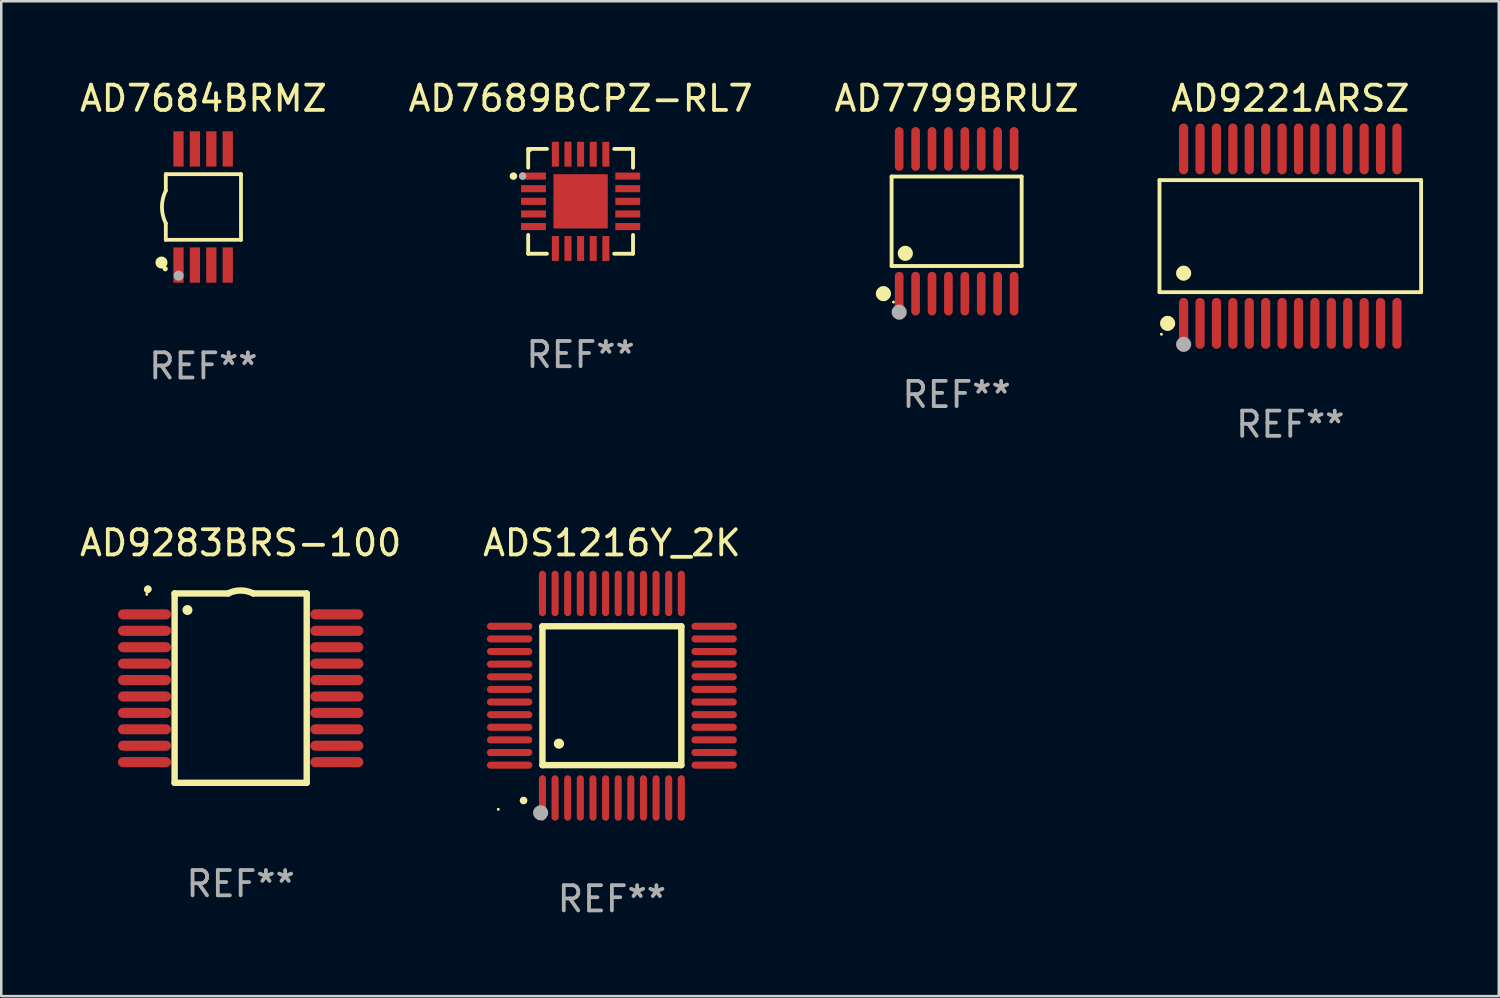
<source format=kicad_pcb>
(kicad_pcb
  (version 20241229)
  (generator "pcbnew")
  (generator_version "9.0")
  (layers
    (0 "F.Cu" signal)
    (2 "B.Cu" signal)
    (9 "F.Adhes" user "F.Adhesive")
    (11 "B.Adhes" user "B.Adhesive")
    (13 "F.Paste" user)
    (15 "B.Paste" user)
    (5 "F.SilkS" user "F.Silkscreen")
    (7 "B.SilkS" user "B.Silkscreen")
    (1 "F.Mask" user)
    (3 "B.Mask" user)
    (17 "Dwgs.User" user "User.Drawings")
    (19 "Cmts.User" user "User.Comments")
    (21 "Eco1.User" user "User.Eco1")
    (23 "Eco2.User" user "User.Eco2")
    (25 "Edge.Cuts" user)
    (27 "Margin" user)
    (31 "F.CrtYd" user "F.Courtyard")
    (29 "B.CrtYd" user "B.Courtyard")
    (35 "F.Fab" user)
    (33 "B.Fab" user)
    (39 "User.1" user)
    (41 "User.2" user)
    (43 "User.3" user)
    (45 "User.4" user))
  (footprint "AD9283BRS-100"
    (layer "F.Cu")
    (at 6.482 24.205)
    (property "Reference" "AD9283BRS-100" (at 0 -5.75 0) (layer "F.SilkS") (effects (font (size 1 1) (thickness 0.15))))
    (attr through_hole)
    (fp_line (start -2.616 -3.75) (end -0.5 -3.75) (stroke (width 0.254) (type solid)) (layer "F.SilkS"))
    (fp_line (start -2.616 3.75) (end -2.616 -3.75) (stroke (width 0.254) (type solid)) (layer "F.SilkS"))
    (fp_line (start 0.5 -3.75) (end 2.616 -3.75) (stroke (width 0.254) (type solid)) (layer "F.SilkS"))
    (fp_line (start 2.616 -3.75) (end 2.616 3.75) (stroke (width 0.254) (type solid)) (layer "F.SilkS"))
    (fp_line (start 2.616 3.75) (end -2.616 3.75) (stroke (width 0.254) (type solid)) (layer "F.SilkS"))
    (fp_arc (start -3.683109 -3.911608) (mid -3.678201 -3.91686) (end -3.672949 -3.921768) (stroke (width 0.3) (type solid)) (layer "F.SilkS"))
    (fp_arc (start -0.500483 -3.749047) (mid -0.000102 -3.867211) (end 0.500279 -3.749047) (stroke (width 0.254001) (type solid)) (layer "F.SilkS"))
    (fp_circle (center -3.72 -3.715) (end -3.69 -3.715) (stroke (width 0.06) (type solid)) (fill no) (layer "F.SilkS"))
    (fp_circle (center -2.108 -3.094) (end -2.008 -3.094) (stroke (width 0.2) (type solid)) (fill no) (layer "F.SilkS"))
    (fp_text user "REF**" (at 0 7.75 0) (layer "F.Fab") (effects (font (size 1 1) (thickness 0.15))))
    (pad "1" smd oval (at -3.81 -2.921 90) (size 0.4 2.1) (layers "F.Cu" "F.Mask" "F.Paste"))
    (pad "2" smd oval (at -3.81 -2.271 90) (size 0.4 2.1) (layers "F.Cu" "F.Mask" "F.Paste"))
    (pad "3" smd oval (at -3.81 -1.621 90) (size 0.4 2.1) (layers "F.Cu" "F.Mask" "F.Paste"))
    (pad "4" smd oval (at -3.81 -0.97 90) (size 0.4 2.1) (layers "F.Cu" "F.Mask" "F.Paste"))
    (pad "5" smd oval (at -3.81 -0.32 90) (size 0.4 2.1) (layers "F.Cu" "F.Mask" "F.Paste"))
    (pad "6" smd oval (at -3.81 0.33 90) (size 0.4 2.1) (layers "F.Cu" "F.Mask" "F.Paste"))
    (pad "7" smd oval (at -3.81 0.98 90) (size 0.4 2.1) (layers "F.Cu" "F.Mask" "F.Paste"))
    (pad "8" smd oval (at -3.81 1.631 90) (size 0.4 2.1) (layers "F.Cu" "F.Mask" "F.Paste"))
    (pad "9" smd oval (at -3.81 2.281 90) (size 0.4 2.1) (layers "F.Cu" "F.Mask" "F.Paste"))
    (pad "10" smd oval (at -3.81 2.931 90) (size 0.4 2.1) (layers "F.Cu" "F.Mask" "F.Paste"))
    (pad "11" smd oval (at 3.81 2.931 90) (size 0.4 2.1) (layers "F.Cu" "F.Mask" "F.Paste"))
    (pad "12" smd oval (at 3.81 2.281 90) (size 0.4 2.1) (layers "F.Cu" "F.Mask" "F.Paste"))
    (pad "13" smd oval (at 3.81 1.631 90) (size 0.4 2.1) (layers "F.Cu" "F.Mask" "F.Paste"))
    (pad "14" smd oval (at 3.81 0.98 90) (size 0.4 2.1) (layers "F.Cu" "F.Mask" "F.Paste"))
    (pad "15" smd oval (at 3.81 0.33 90) (size 0.4 2.1) (layers "F.Cu" "F.Mask" "F.Paste"))
    (pad "16" smd oval (at 3.81 -0.32 90) (size 0.4 2.1) (layers "F.Cu" "F.Mask" "F.Paste"))
    (pad "17" smd oval (at 3.81 -0.97 90) (size 0.4 2.1) (layers "F.Cu" "F.Mask" "F.Paste"))
    (pad "18" smd oval (at 3.81 -1.621 90) (size 0.4 2.1) (layers "F.Cu" "F.Mask" "F.Paste"))
    (pad "19" smd oval (at 3.81 -2.271 90) (size 0.4 2.1) (layers "F.Cu" "F.Mask" "F.Paste"))
    (pad "20" smd oval (at 3.81 -2.921 90) (size 0.4 2.1) (layers "F.Cu" "F.Mask" "F.Paste")))
  (footprint "AD7799BRUZ"
    (layer "F.Cu")
    (at 34.839 5.714)
    (property "Reference" "AD7799BRUZ" (at 0 -4.866 0) (layer "F.SilkS") (effects (font (size 1 1) (thickness 0.15))))
    (attr through_hole)
    (fp_line (start -2.576 -1.772) (end 2.576 -1.772) (stroke (width 0.152) (type solid)) (layer "F.SilkS"))
    (fp_line (start -2.576 1.771) (end -2.576 -1.772) (stroke (width 0.152) (type solid)) (layer "F.SilkS"))
    (fp_line (start 2.576 -1.772) (end 2.576 1.771) (stroke (width 0.152) (type solid)) (layer "F.SilkS"))
    (fp_line (start 2.576 1.771) (end -2.576 1.771) (stroke (width 0.152) (type solid)) (layer "F.SilkS"))
    (fp_circle (center -2.899 2.866) (end -2.749 2.866) (stroke (width 0.3) (type solid)) (fill no) (layer "F.SilkS"))
    (fp_circle (center -2.5 3.2) (end -2.47 3.2) (stroke (width 0.06) (type solid)) (fill no) (layer "F.SilkS"))
    (fp_circle (center -2.032 1.27) (end -1.882 1.27) (stroke (width 0.3) (type solid)) (fill no) (layer "F.SilkS"))
    (fp_circle (center -2.275 3.6) (end -2.125 3.6) (stroke (width 0.3) (type solid)) (fill no) (layer "F.Fab"))
    (fp_text user "REF**" (at 0 6.866 0) (layer "F.Fab") (effects (font (size 1 1) (thickness 0.15))))
    (pad "1" smd oval (at -2.275 2.866) (size 0.343 1.731) (layers "F.Cu" "F.Mask" "F.Paste"))
    (pad "2" smd oval (at -1.625 2.866) (size 0.343 1.731) (layers "F.Cu" "F.Mask" "F.Paste"))
    (pad "3" smd oval (at -0.975 2.866) (size 0.343 1.731) (layers "F.Cu" "F.Mask" "F.Paste"))
    (pad "4" smd oval (at -0.325 2.866) (size 0.343 1.731) (layers "F.Cu" "F.Mask" "F.Paste"))
    (pad "5" smd oval (at 0.325 2.866) (size 0.343 1.731) (layers "F.Cu" "F.Mask" "F.Paste"))
    (pad "6" smd oval (at 0.975 2.866) (size 0.343 1.731) (layers "F.Cu" "F.Mask" "F.Paste"))
    (pad "7" smd oval (at 1.625 2.866) (size 0.343 1.731) (layers "F.Cu" "F.Mask" "F.Paste"))
    (pad "8" smd oval (at 2.275 2.866) (size 0.343 1.731) (layers "F.Cu" "F.Mask" "F.Paste"))
    (pad "9" smd oval (at 2.275 -2.866) (size 0.343 1.731) (layers "F.Cu" "F.Mask" "F.Paste"))
    (pad "10" smd oval (at 1.625 -2.866) (size 0.343 1.731) (layers "F.Cu" "F.Mask" "F.Paste"))
    (pad "11" smd oval (at 0.975 -2.866) (size 0.343 1.731) (layers "F.Cu" "F.Mask" "F.Paste"))
    (pad "12" smd oval (at 0.325 -2.866) (size 0.343 1.731) (layers "F.Cu" "F.Mask" "F.Paste"))
    (pad "13" smd oval (at -0.325 -2.866) (size 0.343 1.731) (layers "F.Cu" "F.Mask" "F.Paste"))
    (pad "14" smd oval (at -0.975 -2.866) (size 0.343 1.731) (layers "F.Cu" "F.Mask" "F.Paste"))
    (pad "15" smd oval (at -1.625 -2.866) (size 0.343 1.731) (layers "F.Cu" "F.Mask" "F.Paste"))
    (pad "16" smd oval (at -2.275 -2.866) (size 0.343 1.731) (layers "F.Cu" "F.Mask" "F.Paste")))
  (footprint "ADS1216Y_2K"
    (layer "F.Cu")
    (at 21.185 24.505)
    (property "Reference" "ADS1216Y_2K" (at 0 -6.05 0) (layer "F.SilkS") (effects (font (size 1 1) (thickness 0.15))))
    (attr through_hole)
    (fp_line (start -2.75 -2.75) (end 2.75 -2.75) (stroke (width 0.254) (type solid)) (layer "F.SilkS"))
    (fp_line (start -2.75 2.75) (end -2.75 -2.75) (stroke (width 0.254) (type solid)) (layer "F.SilkS"))
    (fp_line (start 2.75 -2.75) (end 2.75 2.75) (stroke (width 0.254) (type solid)) (layer "F.SilkS"))
    (fp_line (start 2.75 2.75) (end -2.75 2.75) (stroke (width 0.254) (type solid)) (layer "F.SilkS"))
    (fp_arc (start -3.500127 4.150368) (mid -3.498857 4.150363) (end -3.497587 4.150368) (stroke (width 0.3) (type solid)) (layer "F.SilkS"))
    (fp_arc (start -2.100584 1.899924) (mid -2.098044 1.899908) (end -2.095504 1.899924) (stroke (width 0.4) (type solid)) (layer "F.SilkS"))
    (fp_circle (center -4.5 4.5) (end -4.47 4.5) (stroke (width 0.06) (type solid)) (fill no) (layer "F.SilkS"))
    (fp_circle (center -2.822 4.638) (end -2.672 4.638) (stroke (width 0.3) (type solid)) (fill no) (layer "F.Fab"))
    (fp_text user "REF**" (at 0 8.05 0) (layer "F.Fab") (effects (font (size 1 1) (thickness 0.15))))
    (pad "1" smd oval (at -2.75 4.05) (size 0.28 1.8) (layers "F.Cu" "F.Mask" "F.Paste"))
    (pad "2" smd oval (at -2.25 4.05) (size 0.28 1.8) (layers "F.Cu" "F.Mask" "F.Paste"))
    (pad "3" smd oval (at -1.75 4.05) (size 0.28 1.8) (layers "F.Cu" "F.Mask" "F.Paste"))
    (pad "4" smd oval (at -1.25 4.05) (size 0.28 1.8) (layers "F.Cu" "F.Mask" "F.Paste"))
    (pad "5" smd oval (at -0.75 4.05) (size 0.28 1.8) (layers "F.Cu" "F.Mask" "F.Paste"))
    (pad "6" smd oval (at -0.25 4.05) (size 0.28 1.8) (layers "F.Cu" "F.Mask" "F.Paste"))
    (pad "7" smd oval (at 0.25 4.05) (size 0.28 1.8) (layers "F.Cu" "F.Mask" "F.Paste"))
    (pad "8" smd oval (at 0.75 4.05) (size 0.28 1.8) (layers "F.Cu" "F.Mask" "F.Paste"))
    (pad "9" smd oval (at 1.25 4.05) (size 0.28 1.8) (layers "F.Cu" "F.Mask" "F.Paste"))
    (pad "10" smd oval (at 1.75 4.05) (size 0.28 1.8) (layers "F.Cu" "F.Mask" "F.Paste"))
    (pad "11" smd oval (at 2.25 4.05) (size 0.28 1.8) (layers "F.Cu" "F.Mask" "F.Paste"))
    (pad "12" smd oval (at 2.75 4.05) (size 0.28 1.8) (layers "F.Cu" "F.Mask" "F.Paste"))
    (pad "13" smd oval (at 4.05 2.75) (size 1.8 0.28) (layers "F.Cu" "F.Mask" "F.Paste"))
    (pad "14" smd oval (at 4.05 2.25) (size 1.8 0.28) (layers "F.Cu" "F.Mask" "F.Paste"))
    (pad "15" smd oval (at 4.05 1.75) (size 1.8 0.28) (layers "F.Cu" "F.Mask" "F.Paste"))
    (pad "16" smd oval (at 4.05 1.25) (size 1.8 0.28) (layers "F.Cu" "F.Mask" "F.Paste"))
    (pad "17" smd oval (at 4.05 0.75) (size 1.8 0.28) (layers "F.Cu" "F.Mask" "F.Paste"))
    (pad "18" smd oval (at 4.05 0.25) (size 1.8 0.28) (layers "F.Cu" "F.Mask" "F.Paste"))
    (pad "19" smd oval (at 4.05 -0.25) (size 1.8 0.28) (layers "F.Cu" "F.Mask" "F.Paste"))
    (pad "20" smd oval (at 4.05 -0.75) (size 1.8 0.28) (layers "F.Cu" "F.Mask" "F.Paste"))
    (pad "21" smd oval (at 4.05 -1.25) (size 1.8 0.28) (layers "F.Cu" "F.Mask" "F.Paste"))
    (pad "22" smd oval (at 4.05 -1.75) (size 1.8 0.28) (layers "F.Cu" "F.Mask" "F.Paste"))
    (pad "23" smd oval (at 4.05 -2.25) (size 1.8 0.28) (layers "F.Cu" "F.Mask" "F.Paste"))
    (pad "24" smd oval (at 4.05 -2.75) (size 1.8 0.28) (layers "F.Cu" "F.Mask" "F.Paste"))
    (pad "25" smd oval (at 2.75 -4.05) (size 0.28 1.8) (layers "F.Cu" "F.Mask" "F.Paste"))
    (pad "26" smd oval (at 2.25 -4.05) (size 0.28 1.8) (layers "F.Cu" "F.Mask" "F.Paste"))
    (pad "27" smd oval (at 1.75 -4.05) (size 0.28 1.8) (layers "F.Cu" "F.Mask" "F.Paste"))
    (pad "28" smd oval (at 1.25 -4.05) (size 0.28 1.8) (layers "F.Cu" "F.Mask" "F.Paste"))
    (pad "29" smd oval (at 0.75 -4.05) (size 0.28 1.8) (layers "F.Cu" "F.Mask" "F.Paste"))
    (pad "30" smd oval (at 0.25 -4.05) (size 0.28 1.8) (layers "F.Cu" "F.Mask" "F.Paste"))
    (pad "31" smd oval (at -0.25 -4.05) (size 0.28 1.8) (layers "F.Cu" "F.Mask" "F.Paste"))
    (pad "32" smd oval (at -0.75 -4.05) (size 0.28 1.8) (layers "F.Cu" "F.Mask" "F.Paste"))
    (pad "33" smd oval (at -1.25 -4.05) (size 0.28 1.8) (layers "F.Cu" "F.Mask" "F.Paste"))
    (pad "34" smd oval (at -1.75 -4.05) (size 0.28 1.8) (layers "F.Cu" "F.Mask" "F.Paste"))
    (pad "35" smd oval (at -2.25 -4.05) (size 0.28 1.8) (layers "F.Cu" "F.Mask" "F.Paste"))
    (pad "36" smd oval (at -2.75 -4.05) (size 0.28 1.8) (layers "F.Cu" "F.Mask" "F.Paste"))
    (pad "37" smd oval (at -4.05 -2.75) (size 1.8 0.28) (layers "F.Cu" "F.Mask" "F.Paste"))
    (pad "38" smd oval (at -4.05 -2.25) (size 1.8 0.28) (layers "F.Cu" "F.Mask" "F.Paste"))
    (pad "39" smd oval (at -4.05 -1.75) (size 1.8 0.28) (layers "F.Cu" "F.Mask" "F.Paste"))
    (pad "40" smd oval (at -4.05 -1.25) (size 1.8 0.28) (layers "F.Cu" "F.Mask" "F.Paste"))
    (pad "41" smd oval (at -4.05 -0.75) (size 1.8 0.28) (layers "F.Cu" "F.Mask" "F.Paste"))
    (pad "42" smd oval (at -4.05 -0.25) (size 1.8 0.28) (layers "F.Cu" "F.Mask" "F.Paste"))
    (pad "43" smd oval (at -4.05 0.25) (size 1.8 0.28) (layers "F.Cu" "F.Mask" "F.Paste"))
    (pad "44" smd oval (at -4.05 0.75) (size 1.8 0.28) (layers "F.Cu" "F.Mask" "F.Paste"))
    (pad "45" smd oval (at -4.05 1.25) (size 1.8 0.28) (layers "F.Cu" "F.Mask" "F.Paste"))
    (pad "46" smd oval (at -4.05 1.75) (size 1.8 0.28) (layers "F.Cu" "F.Mask" "F.Paste"))
    (pad "47" smd oval (at -4.05 2.25) (size 1.8 0.28) (layers "F.Cu" "F.Mask" "F.Paste"))
    (pad "48" smd oval (at -4.05 2.75) (size 1.8 0.28) (layers "F.Cu" "F.Mask" "F.Paste")))
  (footprint "AD9221ARSZ"
    (layer "F.Cu")
    (at 48.055 6.303)
    (property "Reference" "AD9221ARSZ" (at 0 -5.455 0) (layer "F.SilkS") (effects (font (size 1 1) (thickness 0.15))))
    (attr through_hole)
    (fp_line (start -5.181 -2.219) (end 5.181 -2.219) (stroke (width 0.152) (type solid)) (layer "F.SilkS"))
    (fp_line (start -5.181 2.219) (end -5.181 -2.219) (stroke (width 0.152) (type solid)) (layer "F.SilkS"))
    (fp_line (start 5.181 -2.219) (end 5.181 2.219) (stroke (width 0.152) (type solid)) (layer "F.SilkS"))
    (fp_line (start 5.181 2.219) (end -5.181 2.219) (stroke (width 0.152) (type solid)) (layer "F.SilkS"))
    (fp_circle (center -5.105 3.885) (end -5.075 3.885) (stroke (width 0.06) (type solid)) (fill no) (layer "F.SilkS"))
    (fp_circle (center -4.859 3.455) (end -4.709 3.455) (stroke (width 0.3) (type solid)) (fill no) (layer "F.SilkS"))
    (fp_circle (center -4.225 1.467) (end -4.075 1.467) (stroke (width 0.3) (type solid)) (fill no) (layer "F.SilkS"))
    (fp_circle (center -4.225 4.285) (end -4.075 4.285) (stroke (width 0.3) (type solid)) (fill no) (layer "F.Fab"))
    (fp_text user "REF**" (at 0 7.455 0) (layer "F.Fab") (effects (font (size 1 1) (thickness 0.15))))
    (pad "1" smd oval (at -4.225 3.455) (size 0.364 2.015) (layers "F.Cu" "F.Mask" "F.Paste"))
    (pad "2" smd oval (at -3.575 3.455) (size 0.364 2.015) (layers "F.Cu" "F.Mask" "F.Paste"))
    (pad "3" smd oval (at -2.925 3.455) (size 0.364 2.015) (layers "F.Cu" "F.Mask" "F.Paste"))
    (pad "4" smd oval (at -2.275 3.455) (size 0.364 2.015) (layers "F.Cu" "F.Mask" "F.Paste"))
    (pad "5" smd oval (at -1.625 3.455) (size 0.364 2.015) (layers "F.Cu" "F.Mask" "F.Paste"))
    (pad "6" smd oval (at -0.975 3.455) (size 0.364 2.015) (layers "F.Cu" "F.Mask" "F.Paste"))
    (pad "7" smd oval (at -0.325 3.455) (size 0.364 2.015) (layers "F.Cu" "F.Mask" "F.Paste"))
    (pad "8" smd oval (at 0.325 3.455) (size 0.364 2.015) (layers "F.Cu" "F.Mask" "F.Paste"))
    (pad "9" smd oval (at 0.975 3.455) (size 0.364 2.015) (layers "F.Cu" "F.Mask" "F.Paste"))
    (pad "10" smd oval (at 1.625 3.455) (size 0.364 2.015) (layers "F.Cu" "F.Mask" "F.Paste"))
    (pad "11" smd oval (at 2.275 3.455) (size 0.364 2.015) (layers "F.Cu" "F.Mask" "F.Paste"))
    (pad "12" smd oval (at 2.925 3.455) (size 0.364 2.015) (layers "F.Cu" "F.Mask" "F.Paste"))
    (pad "13" smd oval (at 3.575 3.455) (size 0.364 2.015) (layers "F.Cu" "F.Mask" "F.Paste"))
    (pad "14" smd oval (at 4.225 3.455) (size 0.364 2.015) (layers "F.Cu" "F.Mask" "F.Paste"))
    (pad "15" smd oval (at 4.225 -3.455) (size 0.364 2.015) (layers "F.Cu" "F.Mask" "F.Paste"))
    (pad "16" smd oval (at 3.575 -3.455) (size 0.364 2.015) (layers "F.Cu" "F.Mask" "F.Paste"))
    (pad "17" smd oval (at 2.925 -3.455) (size 0.364 2.015) (layers "F.Cu" "F.Mask" "F.Paste"))
    (pad "18" smd oval (at 2.275 -3.455) (size 0.364 2.015) (layers "F.Cu" "F.Mask" "F.Paste"))
    (pad "19" smd oval (at 1.625 -3.455) (size 0.364 2.015) (layers "F.Cu" "F.Mask" "F.Paste"))
    (pad "20" smd oval (at 0.975 -3.455) (size 0.364 2.015) (layers "F.Cu" "F.Mask" "F.Paste"))
    (pad "21" smd oval (at 0.325 -3.455) (size 0.364 2.015) (layers "F.Cu" "F.Mask" "F.Paste"))
    (pad "22" smd oval (at -0.325 -3.455) (size 0.364 2.015) (layers "F.Cu" "F.Mask" "F.Paste"))
    (pad "23" smd oval (at -0.975 -3.455) (size 0.364 2.015) (layers "F.Cu" "F.Mask" "F.Paste"))
    (pad "24" smd oval (at -1.625 -3.455) (size 0.364 2.015) (layers "F.Cu" "F.Mask" "F.Paste"))
    (pad "25" smd oval (at -2.275 -3.455) (size 0.364 2.015) (layers "F.Cu" "F.Mask" "F.Paste"))
    (pad "26" smd oval (at -2.925 -3.455) (size 0.364 2.015) (layers "F.Cu" "F.Mask" "F.Paste"))
    (pad "27" smd oval (at -3.575 -3.455) (size 0.364 2.015) (layers "F.Cu" "F.Mask" "F.Paste"))
    (pad "28" smd oval (at -4.225 -3.455) (size 0.364 2.015) (layers "F.Cu" "F.Mask" "F.Paste")))
  (footprint "AD7689BCPZ-RL7"
    (layer "F.Cu")
    (at 19.946 4.924)
    (property "Reference" "AD7689BCPZ-RL7" (at 0 -4.076 0) (layer "F.SilkS") (effects (font (size 1 1) (thickness 0.15))))
    (attr through_hole)
    (fp_line (start -2.076 -2.076) (end -2.076 -1.331) (stroke (width 0.152) (type solid)) (layer "F.SilkS"))
    (fp_line (start -2.076 2.076) (end -2.076 1.331) (stroke (width 0.152) (type solid)) (layer "F.SilkS"))
    (fp_line (start -1.331 -2.076) (end -2.076 -2.076) (stroke (width 0.152) (type solid)) (layer "F.SilkS"))
    (fp_line (start -1.331 2.076) (end -2.076 2.076) (stroke (width 0.152) (type solid)) (layer "F.SilkS"))
    (fp_line (start 1.331 -2.076) (end 2.076 -2.076) (stroke (width 0.152) (type solid)) (layer "F.SilkS"))
    (fp_line (start 1.331 2.076) (end 2.076 2.076) (stroke (width 0.152) (type solid)) (layer "F.SilkS"))
    (fp_line (start 2.076 -2.076) (end 2.076 -1.331) (stroke (width 0.152) (type solid)) (layer "F.SilkS"))
    (fp_line (start 2.076 2.076) (end 2.076 1.331) (stroke (width 0.152) (type solid)) (layer "F.SilkS"))
    (fp_circle (center -2.66 -1) (end -2.585 -1) (stroke (width 0.15) (type solid)) (fill no) (layer "F.SilkS"))
    (fp_circle (center -2 -2) (end -1.97 -2) (stroke (width 0.06) (type solid)) (fill no) (layer "F.SilkS"))
    (fp_circle (center -2.3 -1) (end -2.225 -1) (stroke (width 0.15) (type solid)) (fill no) (layer "F.Fab"))
    (fp_text user "REF**" (at 0 6.076 0) (layer "F.Fab") (effects (font (size 1 1) (thickness 0.15))))
    (pad "1" smd rect (at -1.867 -1) (size 0.985 0.28) (layers "F.Cu" "F.Mask" "F.Paste"))
    (pad "2" smd rect (at -1.867 -0.5) (size 0.985 0.28) (layers "F.Cu" "F.Mask" "F.Paste"))
    (pad "3" smd rect (at -1.867 0) (size 0.985 0.28) (layers "F.Cu" "F.Mask" "F.Paste"))
    (pad "4" smd rect (at -1.867 0.5) (size 0.985 0.28) (layers "F.Cu" "F.Mask" "F.Paste"))
    (pad "5" smd rect (at -1.867 1) (size 0.985 0.28) (layers "F.Cu" "F.Mask" "F.Paste"))
    (pad "6" smd rect (at -1 1.867) (size 0.28 0.985) (layers "F.Cu" "F.Mask" "F.Paste"))
    (pad "7" smd rect (at -0.5 1.867) (size 0.28 0.985) (layers "F.Cu" "F.Mask" "F.Paste"))
    (pad "8" smd rect (at 0 1.867) (size 0.28 0.985) (layers "F.Cu" "F.Mask" "F.Paste"))
    (pad "9" smd rect (at 0.5 1.867) (size 0.28 0.985) (layers "F.Cu" "F.Mask" "F.Paste"))
    (pad "10" smd rect (at 1 1.867) (size 0.28 0.985) (layers "F.Cu" "F.Mask" "F.Paste"))
    (pad "11" smd rect (at 1.867 1) (size 0.985 0.28) (layers "F.Cu" "F.Mask" "F.Paste"))
    (pad "12" smd rect (at 1.867 0.5) (size 0.985 0.28) (layers "F.Cu" "F.Mask" "F.Paste"))
    (pad "13" smd rect (at 1.867 0) (size 0.985 0.28) (layers "F.Cu" "F.Mask" "F.Paste"))
    (pad "14" smd rect (at 1.867 -0.5) (size 0.985 0.28) (layers "F.Cu" "F.Mask" "F.Paste"))
    (pad "15" smd rect (at 1.867 -1) (size 0.985 0.28) (layers "F.Cu" "F.Mask" "F.Paste"))
    (pad "16" smd rect (at 1 -1.867) (size 0.28 0.985) (layers "F.Cu" "F.Mask" "F.Paste"))
    (pad "17" smd rect (at 0.5 -1.867) (size 0.28 0.985) (layers "F.Cu" "F.Mask" "F.Paste"))
    (pad "18" smd rect (at 0 -1.867) (size 0.28 0.985) (layers "F.Cu" "F.Mask" "F.Paste"))
    (pad "19" smd rect (at -0.5 -1.867) (size 0.28 0.985) (layers "F.Cu" "F.Mask" "F.Paste"))
    (pad "20" smd rect (at -1 -1.867) (size 0.28 0.985) (layers "F.Cu" "F.Mask" "F.Paste"))
    (pad "21" smd rect (at 0 0) (size 2.15 2.15) (layers "F.Cu" "F.Mask" "F.Paste")))
  (footprint "AD7684BRMZ"
    (layer "F.Cu")
    (at 5.006 5.148)
    (property "Reference" "AD7684BRMZ" (at 0 -4.3 0) (layer "F.SilkS") (effects (font (size 1 1) (thickness 0.15))))
    (attr through_hole)
    (fp_line (start -1.489 -1.3) (end -1.489 -0.648) (stroke (width 0.15) (type solid)) (layer "F.SilkS"))
    (fp_line (start -1.489 0.648) (end -1.489 1.3) (stroke (width 0.15) (type solid)) (layer "F.SilkS"))
    (fp_line (start -1.489 1.3) (end 1.489 1.3) (stroke (width 0.15) (type solid)) (layer "F.SilkS"))
    (fp_line (start 1.489 -1.3) (end -1.489 -1.3) (stroke (width 0.15) (type solid)) (layer "F.SilkS"))
    (fp_line (start 1.489 1.3) (end 1.489 -1.3) (stroke (width 0.15) (type solid)) (layer "F.SilkS"))
    (fp_arc (start -1.489205 0.647702) (mid -1.642107 0) (end -1.489205 -0.647701) (stroke (width 0.150013) (type solid)) (layer "F.SilkS"))
    (fp_circle (center -1.661 2.2) (end -1.541 2.2) (stroke (width 0.24) (type solid)) (fill no) (layer "F.SilkS"))
    (fp_circle (center -1.511 2.45) (end -1.461 2.45) (stroke (width 0.1) (type solid)) (fill no) (layer "F.SilkS"))
    (fp_circle (center -0.981 2.72) (end -0.881 2.72) (stroke (width 0.2) (type solid)) (fill no) (layer "F.Fab"))
    (fp_text user "REF**" (at 0 6.3 0) (layer "F.Fab") (effects (font (size 1 1) (thickness 0.15))))
    (pad "1" smd rect (at -0.986 2.3) (size 0.406 1.397) (layers "F.Cu" "F.Mask" "F.Paste"))
    (pad "2" smd rect (at -0.336 2.3) (size 0.406 1.397) (layers "F.Cu" "F.Mask" "F.Paste"))
    (pad "3" smd rect (at 0.314 2.3) (size 0.406 1.397) (layers "F.Cu" "F.Mask" "F.Paste"))
    (pad "4" smd rect (at 0.964 2.3) (size 0.406 1.397) (layers "F.Cu" "F.Mask" "F.Paste"))
    (pad "5" smd rect (at 0.964 -2.3) (size 0.406 1.397) (layers "F.Cu" "F.Mask" "F.Paste"))
    (pad "6" smd rect (at 0.314 -2.3) (size 0.406 1.397) (layers "F.Cu" "F.Mask" "F.Paste"))
    (pad "7" smd rect (at -0.336 -2.3) (size 0.406 1.397) (layers "F.Cu" "F.Mask" "F.Paste"))
    (pad "8" smd rect (at -0.986 -2.3) (size 0.406 1.397) (layers "F.Cu" "F.Mask" "F.Paste")))
  (gr_rect
    (start -3 -3)
    (end 56.312 36.403)
    (stroke (width 0.1) (type default))
    (fill no)
    (layer "Edge.Cuts")))
</source>
